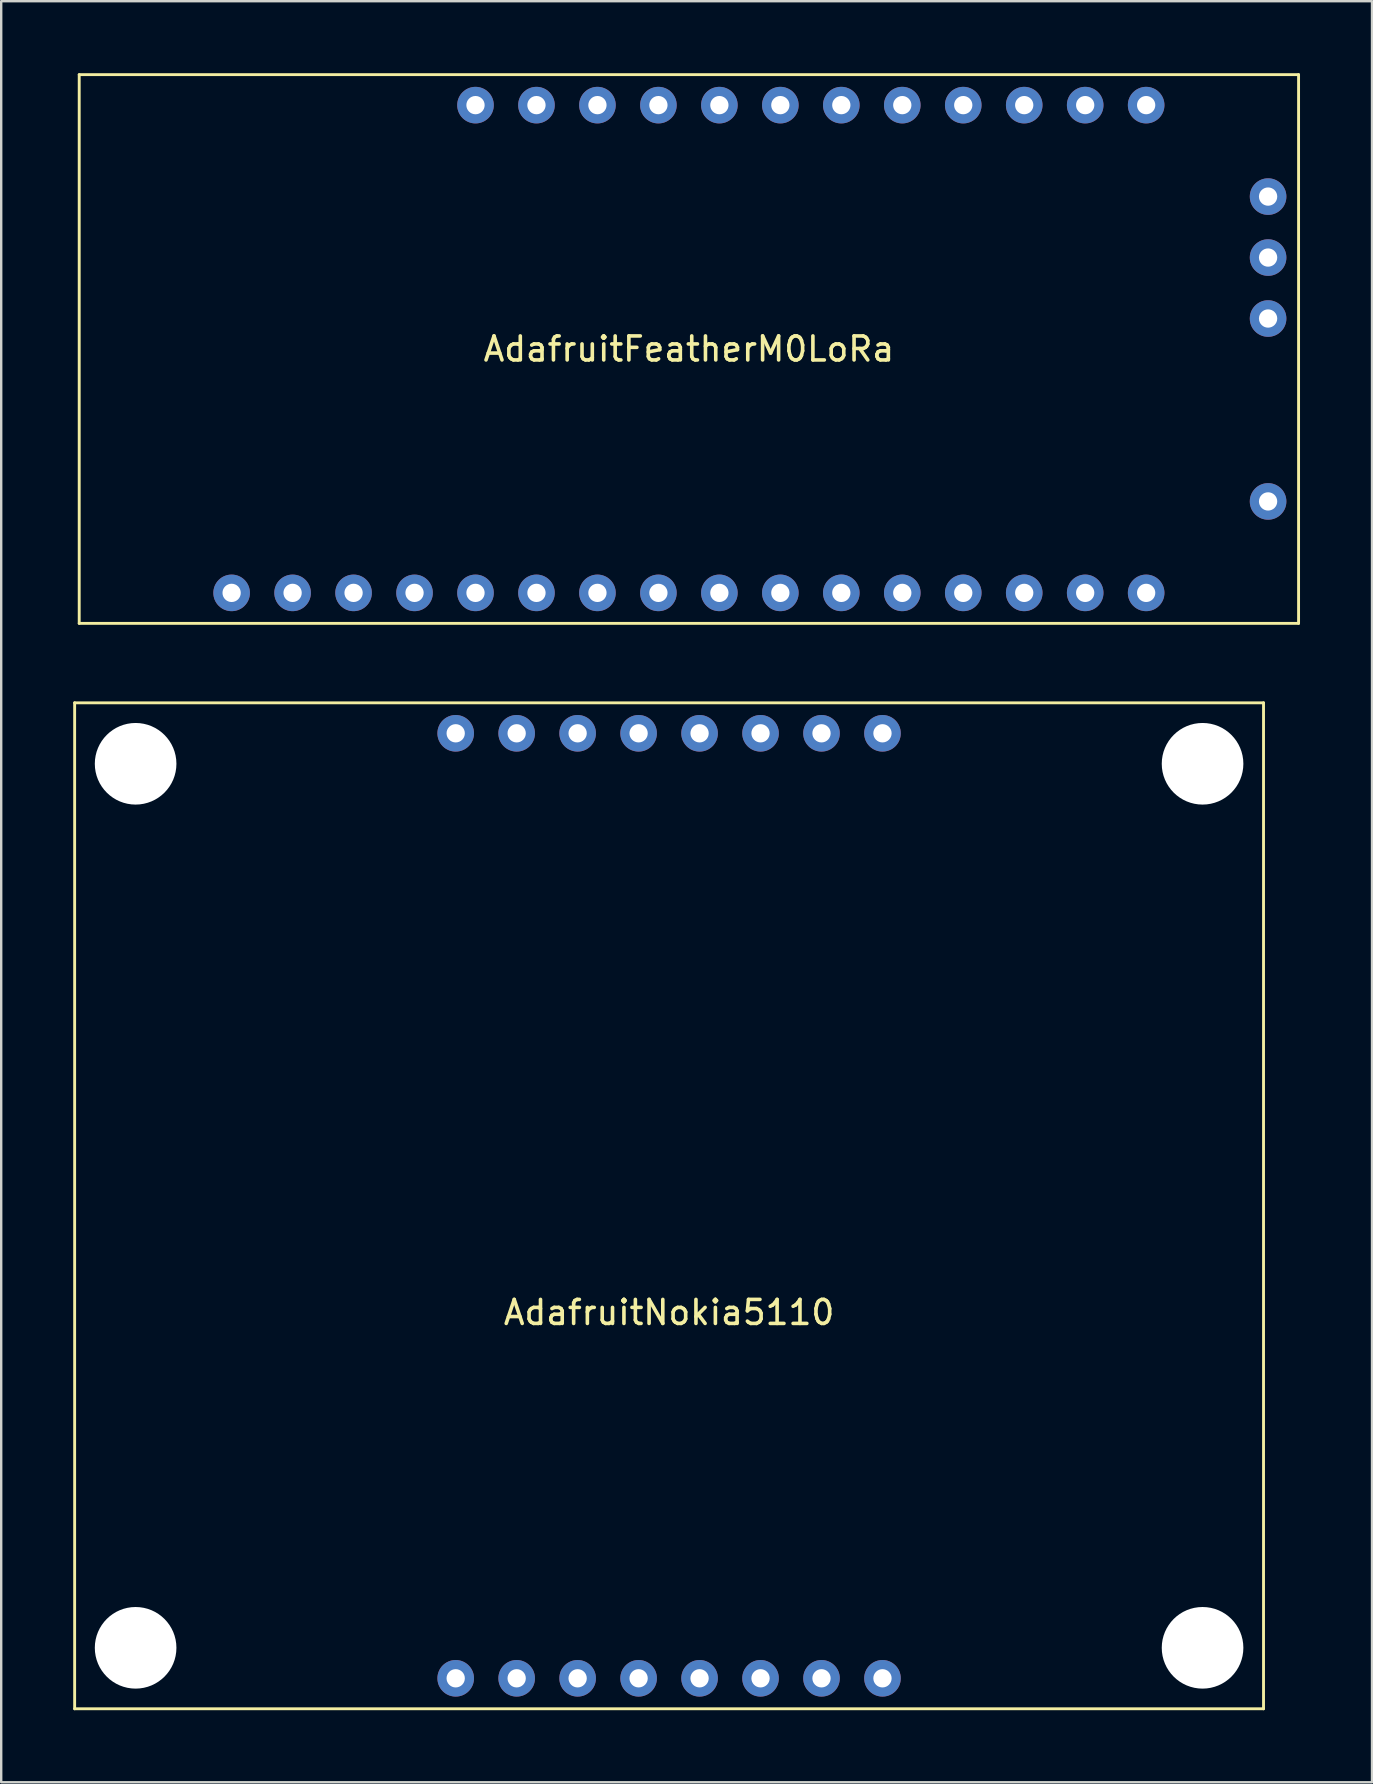
<source format=kicad_pcb>
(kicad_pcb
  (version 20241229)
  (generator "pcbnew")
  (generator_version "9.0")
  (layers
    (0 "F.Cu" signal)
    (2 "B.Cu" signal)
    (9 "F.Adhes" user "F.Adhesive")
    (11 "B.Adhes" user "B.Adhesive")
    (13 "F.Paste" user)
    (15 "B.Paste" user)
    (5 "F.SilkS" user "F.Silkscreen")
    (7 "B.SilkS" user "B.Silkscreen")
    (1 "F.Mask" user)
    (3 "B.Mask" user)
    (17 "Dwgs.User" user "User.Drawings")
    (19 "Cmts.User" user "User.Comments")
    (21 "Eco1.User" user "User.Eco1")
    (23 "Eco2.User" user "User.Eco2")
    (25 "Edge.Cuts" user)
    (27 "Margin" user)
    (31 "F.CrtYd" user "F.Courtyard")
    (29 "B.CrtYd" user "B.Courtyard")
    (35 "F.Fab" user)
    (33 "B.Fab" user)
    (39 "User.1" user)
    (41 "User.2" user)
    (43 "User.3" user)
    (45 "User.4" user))
  (footprint "AdafruitNokia5110"
    (layer "F.Cu")
    (at 24.825 49.09)
    (property "Reference" "AdafruitNokia5110" (at 0 2.54 0) (layer "F.SilkS") (effects (font (size 1 1) (thickness 0.15))))
    (attr through_hole)
    (fp_line (start -24.765 -22.86) (end -24.765 19.05) (stroke (width 0.12) (type solid)) (layer "F.SilkS"))
    (fp_line (start -24.765 19.05) (end 24.765 19.05) (stroke (width 0.12) (type solid)) (layer "F.SilkS"))
    (fp_line (start 24.765 -22.86) (end -24.765 -22.86) (stroke (width 0.12) (type solid)) (layer "F.SilkS"))
    (fp_line (start 24.765 19.05) (end 24.765 -22.86) (stroke (width 0.12) (type solid)) (layer "F.SilkS"))
    (pad "" np_thru_hole circle (at -22.225 -20.32) (size 3.4 3.4) (drill 3.4) (layers "*.Cu" "*.Mask"))
    (pad "" np_thru_hole circle (at -22.225 16.51) (size 3.4 3.4) (drill 3.4) (layers "*.Cu" "*.Mask"))
    (pad "" np_thru_hole circle (at 22.225 -20.32) (size 3.4 3.4) (drill 3.4) (layers "*.Cu" "*.Mask"))
    (pad "" np_thru_hole circle (at 22.225 16.51) (size 3.4 3.4) (drill 3.4) (layers "*.Cu" "*.Mask"))
    (pad "1" thru_hole circle (at -8.89 -21.59) (size 1.524 1.524) (drill 0.762) (layers "*.Cu" "*.Mask"))
    (pad "1" thru_hole circle (at -8.89 17.78) (size 1.524 1.524) (drill 0.762) (layers "*.Cu" "*.Mask"))
    (pad "2" thru_hole circle (at -6.35 -21.59) (size 1.524 1.524) (drill 0.762) (layers "*.Cu" "*.Mask"))
    (pad "2" thru_hole circle (at -6.35 17.78) (size 1.524 1.524) (drill 0.762) (layers "*.Cu" "*.Mask"))
    (pad "3" thru_hole circle (at -3.81 -21.59) (size 1.524 1.524) (drill 0.762) (layers "*.Cu" "*.Mask"))
    (pad "3" thru_hole circle (at -3.81 17.78) (size 1.524 1.524) (drill 0.762) (layers "*.Cu" "*.Mask"))
    (pad "4" thru_hole circle (at -1.27 -21.59) (size 1.524 1.524) (drill 0.762) (layers "*.Cu" "*.Mask"))
    (pad "4" thru_hole circle (at -1.27 17.78) (size 1.524 1.524) (drill 0.762) (layers "*.Cu" "*.Mask"))
    (pad "5" thru_hole circle (at 1.27 -21.59) (size 1.524 1.524) (drill 0.762) (layers "*.Cu" "*.Mask"))
    (pad "5" thru_hole circle (at 1.27 17.78) (size 1.524 1.524) (drill 0.762) (layers "*.Cu" "*.Mask"))
    (pad "6" thru_hole circle (at 3.81 -21.59) (size 1.524 1.524) (drill 0.762) (layers "*.Cu" "*.Mask"))
    (pad "6" thru_hole circle (at 3.81 17.78) (size 1.524 1.524) (drill 0.762) (layers "*.Cu" "*.Mask"))
    (pad "7" thru_hole circle (at 6.35 -21.59) (size 1.524 1.524) (drill 0.762) (layers "*.Cu" "*.Mask"))
    (pad "7" thru_hole circle (at 6.35 17.78) (size 1.524 1.524) (drill 0.762) (layers "*.Cu" "*.Mask"))
    (pad "8" thru_hole circle (at 8.89 -21.59) (size 1.524 1.524) (drill 0.762) (layers "*.Cu" "*.Mask"))
    (pad "8" thru_hole circle (at 8.89 17.78) (size 1.524 1.524) (drill 0.762) (layers "*.Cu" "*.Mask")))
  (footprint "AdafruitFeatherM0LoRa"
    (layer "F.Cu")
    (at 0.25 22.92)
    (property "Reference" "AdafruitFeatherM0LoRa" (at 25.4 -11.43 180) (layer "F.SilkS") (effects (font (size 1 1) (thickness 0.15))))
    (attr through_hole)
    (fp_line (start 0 -22.86) (end 50.8 -22.86) (stroke (width 0.12) (type solid)) (layer "F.SilkS"))
    (fp_line (start 0 0) (end 0 -22.86) (stroke (width 0.12) (type solid)) (layer "F.SilkS"))
    (fp_line (start 50.8 -22.86) (end 50.8 0) (stroke (width 0.12) (type solid)) (layer "F.SilkS"))
    (fp_line (start 50.8 0) (end 0 0) (stroke (width 0.12) (type solid)) (layer "F.SilkS"))
    (pad "1" thru_hole circle (at 49.53 -17.78) (size 1.524 1.524) (drill 0.762) (layers "*.Cu" "*.Mask"))
    (pad "2" thru_hole circle (at 49.53 -15.24) (size 1.524 1.524) (drill 0.762) (layers "*.Cu" "*.Mask"))
    (pad "3" thru_hole circle (at 49.53 -12.7) (size 1.524 1.524) (drill 0.762) (layers "*.Cu" "*.Mask"))
    (pad "4" thru_hole circle (at 49.53 -5.08) (size 1.524 1.524) (drill 0.762) (layers "*.Cu" "*.Mask"))
    (pad "5" thru_hole circle (at 44.45 -21.59) (size 1.524 1.524) (drill 0.762) (layers "*.Cu" "*.Mask"))
    (pad "6" thru_hole circle (at 41.91 -21.59) (size 1.524 1.524) (drill 0.762) (layers "*.Cu" "*.Mask"))
    (pad "7" thru_hole circle (at 39.37 -21.59) (size 1.524 1.524) (drill 0.762) (layers "*.Cu" "*.Mask"))
    (pad "8" thru_hole circle (at 36.83 -21.59) (size 1.524 1.524) (drill 0.762) (layers "*.Cu" "*.Mask"))
    (pad "9" thru_hole circle (at 34.29 -21.59) (size 1.524 1.524) (drill 0.762) (layers "*.Cu" "*.Mask"))
    (pad "10" thru_hole circle (at 31.75 -21.59) (size 1.524 1.524) (drill 0.762) (layers "*.Cu" "*.Mask"))
    (pad "11" thru_hole circle (at 29.21 -21.59) (size 1.524 1.524) (drill 0.762) (layers "*.Cu" "*.Mask"))
    (pad "12" thru_hole circle (at 26.67 -21.59) (size 1.524 1.524) (drill 0.762) (layers "*.Cu" "*.Mask"))
    (pad "13" thru_hole circle (at 24.13 -21.59) (size 1.524 1.524) (drill 0.762) (layers "*.Cu" "*.Mask"))
    (pad "14" thru_hole circle (at 21.59 -21.59) (size 1.524 1.524) (drill 0.762) (layers "*.Cu" "*.Mask"))
    (pad "15" thru_hole circle (at 19.05 -21.59) (size 1.524 1.524) (drill 0.762) (layers "*.Cu" "*.Mask"))
    (pad "16" thru_hole circle (at 16.51 -21.59) (size 1.524 1.524) (drill 0.762) (layers "*.Cu" "*.Mask"))
    (pad "17" thru_hole circle (at 44.45 -1.27) (size 1.524 1.524) (drill 0.762) (layers "*.Cu" "*.Mask"))
    (pad "18" thru_hole circle (at 41.91 -1.27) (size 1.524 1.524) (drill 0.762) (layers "*.Cu" "*.Mask"))
    (pad "19" thru_hole circle (at 39.37 -1.27) (size 1.524 1.524) (drill 0.762) (layers "*.Cu" "*.Mask"))
    (pad "20" thru_hole circle (at 36.83 -1.27) (size 1.524 1.524) (drill 0.762) (layers "*.Cu" "*.Mask"))
    (pad "21" thru_hole circle (at 34.29 -1.27) (size 1.524 1.524) (drill 0.762) (layers "*.Cu" "*.Mask"))
    (pad "22" thru_hole circle (at 31.75 -1.27) (size 1.524 1.524) (drill 0.762) (layers "*.Cu" "*.Mask"))
    (pad "23" thru_hole circle (at 29.21 -1.27) (size 1.524 1.524) (drill 0.762) (layers "*.Cu" "*.Mask"))
    (pad "24" thru_hole circle (at 26.67 -1.27) (size 1.524 1.524) (drill 0.762) (layers "*.Cu" "*.Mask"))
    (pad "25" thru_hole circle (at 24.13 -1.27) (size 1.524 1.524) (drill 0.762) (layers "*.Cu" "*.Mask"))
    (pad "26" thru_hole circle (at 21.59 -1.27) (size 1.524 1.524) (drill 0.762) (layers "*.Cu" "*.Mask"))
    (pad "27" thru_hole circle (at 19.05 -1.27) (size 1.524 1.524) (drill 0.762) (layers "*.Cu" "*.Mask"))
    (pad "28" thru_hole circle (at 16.51 -1.27) (size 1.524 1.524) (drill 0.762) (layers "*.Cu" "*.Mask"))
    (pad "29" thru_hole circle (at 13.97 -1.27) (size 1.524 1.524) (drill 0.762) (layers "*.Cu" "*.Mask"))
    (pad "30" thru_hole circle (at 11.43 -1.27) (size 1.524 1.524) (drill 0.762) (layers "*.Cu" "*.Mask"))
    (pad "31" thru_hole circle (at 8.89 -1.27) (size 1.524 1.524) (drill 0.762) (layers "*.Cu" "*.Mask"))
    (pad "32" thru_hole circle (at 6.35 -1.27) (size 1.524 1.524) (drill 0.762) (layers "*.Cu" "*.Mask")))
  (gr_rect
    (start -3 -3)
    (end 54.11 71.2)
    (stroke (width 0.1) (type default))
    (fill no)
    (layer "Edge.Cuts")))
</source>
